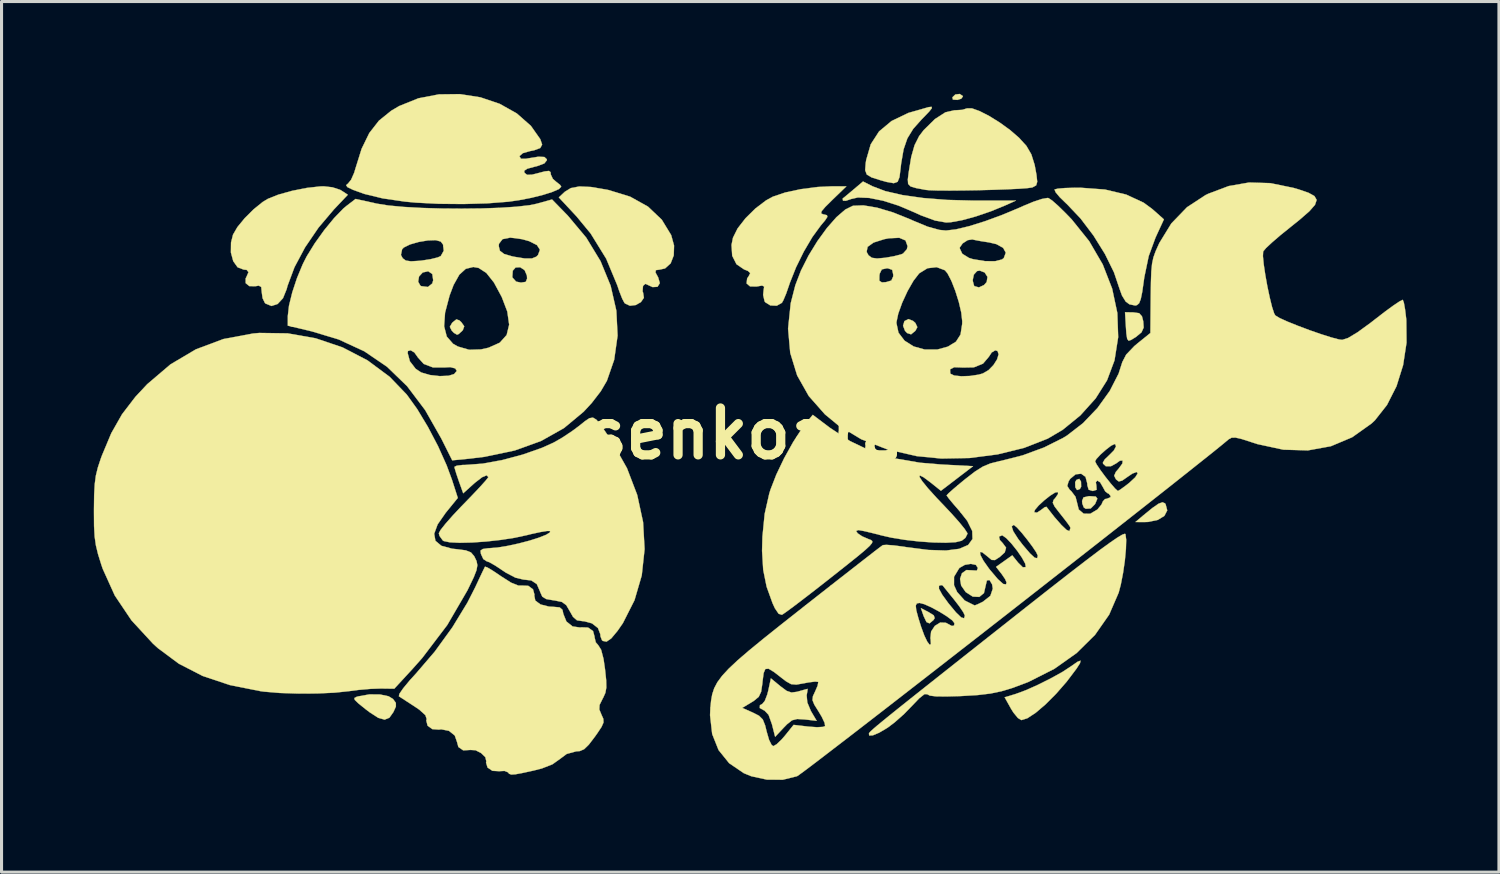
<source format=kicad_pcb>
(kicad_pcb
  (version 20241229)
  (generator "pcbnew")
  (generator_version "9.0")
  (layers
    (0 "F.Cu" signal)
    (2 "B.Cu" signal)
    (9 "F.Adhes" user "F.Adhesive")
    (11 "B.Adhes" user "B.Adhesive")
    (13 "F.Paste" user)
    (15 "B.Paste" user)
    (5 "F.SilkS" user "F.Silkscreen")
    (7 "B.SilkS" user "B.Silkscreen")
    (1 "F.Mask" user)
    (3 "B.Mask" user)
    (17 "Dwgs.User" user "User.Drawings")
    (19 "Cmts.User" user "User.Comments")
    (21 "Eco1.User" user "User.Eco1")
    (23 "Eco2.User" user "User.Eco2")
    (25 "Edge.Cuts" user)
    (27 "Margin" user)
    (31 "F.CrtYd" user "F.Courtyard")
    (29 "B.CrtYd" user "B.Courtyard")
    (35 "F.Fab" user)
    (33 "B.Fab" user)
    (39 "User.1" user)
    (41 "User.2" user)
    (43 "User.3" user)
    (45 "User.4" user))
  (footprint "senkoara"
    (layer "F.Cu")
    (at 21.208 11.049)
    (property "Reference" "senkoara" (at 0 0 0) (layer "F.SilkS") (effects (font (size 1.524 1.524) (thickness 0.3))))
    (attr through_hole)
    (fp_poly (pts (xy 5.937 5.805) (xy 6.102 5.909) (xy 6.13 5.998) (xy 6.092 6.059) (xy 5.963 6.168) (xy 5.864 6.126) (xy 5.77 5.927) (xy 5.682 5.673) (xy 5.937 5.805)) (stroke (width 0.01) (type solid)) (fill yes) (layer "F.SilkS"))
    (fp_poly (pts (xy 7.043 -10.979) (xy 7.048 -10.964) (xy 6.994 -10.89) (xy 6.87 -10.851) (xy 6.722 -10.861) (xy 6.707 -10.936) (xy 6.802 -11.027) (xy 6.944 -11.044) (xy 7.043 -10.979)) (stroke (width 0.01) (type solid)) (fill yes) (layer "F.SilkS"))
    (fp_poly (pts (xy 10.888 1.558) (xy 10.892 1.727) (xy 10.851 1.798) (xy 10.759 1.833) (xy 10.702 1.744) (xy 10.698 1.575) (xy 10.739 1.504) (xy 10.831 1.469) (xy 10.888 1.558)) (stroke (width 0.01) (type solid)) (fill yes) (layer "F.SilkS"))
    (fp_poly (pts (xy 5.429 -3.665) (xy 5.503 -3.598) (xy 5.566 -3.463) (xy 5.503 -3.344) (xy 5.363 -3.229) (xy 5.234 -3.271) (xy 5.166 -3.343) (xy 5.102 -3.509) (xy 5.147 -3.66) (xy 5.279 -3.725) (xy 5.429 -3.665)) (stroke (width 0.01) (type solid)) (fill yes) (layer "F.SilkS"))
    (fp_poly (pts (xy 11.369 2.045) (xy 11.419 2.113) (xy 11.352 2.274) (xy 11.342 2.292) (xy 11.204 2.432) (xy 11.042 2.442) (xy 10.978 2.399) (xy 10.93 2.274) (xy 10.922 2.187) (xy 10.969 2.072) (xy 11.136 2.033) (xy 11.176 2.032) (xy 11.369 2.045)) (stroke (width 0.01) (type solid)) (fill yes) (layer "F.SilkS"))
    (fp_poly (pts (xy 13.617 2.264) (xy 13.638 2.293) (xy 13.691 2.495) (xy 13.599 2.672) (xy 13.385 2.804) (xy 13.073 2.87) (xy 12.954 2.874) (xy 12.658 2.873) (xy 12.912 2.658) (xy 13.209 2.416) (xy 13.409 2.277) (xy 13.536 2.231) (xy 13.617 2.264)) (stroke (width 0.01) (type solid)) (fill yes) (layer "F.SilkS"))
    (fp_poly (pts (xy -9.322 -3.682) (xy -9.257 -3.621) (xy -9.165 -3.49) (xy -9.208 -3.371) (xy -9.225 -3.349) (xy -9.343 -3.24) (xy -9.398 -3.217) (xy -9.499 -3.275) (xy -9.571 -3.349) (xy -9.633 -3.473) (xy -9.562 -3.597) (xy -9.539 -3.621) (xy -9.42 -3.716) (xy -9.322 -3.682)) (stroke (width 0.01) (type solid)) (fill yes) (layer "F.SilkS"))
    (fp_poly (pts (xy 12.588 -3.943) (xy 12.778 -3.917) (xy 12.87 -3.814) (xy 12.911 -3.654) (xy 12.925 -3.45) (xy 12.855 -3.294) (xy 12.672 -3.143) (xy 12.517 -3.048) (xy 12.437 -3.021) (xy 12.389 -3.081) (xy 12.362 -3.257) (xy 12.348 -3.457) (xy 12.319 -3.948) (xy 12.588 -3.943)) (stroke (width 0.01) (type solid)) (fill yes) (layer "F.SilkS"))
    (fp_poly (pts (xy -11.906 8.479) (xy -11.623 8.539) (xy -11.479 8.628) (xy -11.388 8.753) (xy -11.387 8.872) (xy -11.468 9.052) (xy -11.597 9.234) (xy -11.752 9.298) (xy -11.959 9.24) (xy -12.241 9.058) (xy -12.374 8.957) (xy -12.608 8.768) (xy -12.724 8.656) (xy -12.737 8.595) (xy -12.663 8.556) (xy -12.614 8.542) (xy -12.254 8.478) (xy -11.906 8.479)) (stroke (width 0.01) (type solid)) (fill yes) (layer "F.SilkS"))
    (fp_poly (pts (xy 10.855 7.463) (xy 10.741 7.641) (xy 10.423 8.062) (xy 10.079 8.456) (xy 9.735 8.801) (xy 9.415 9.074) (xy 9.143 9.253) (xy 8.949 9.313) (xy 8.836 9.245) (xy 8.692 9.07) (xy 8.612 8.942) (xy 8.405 8.571) (xy 8.753 8.467) (xy 9.079 8.347) (xy 9.482 8.168) (xy 9.902 7.958) (xy 10.281 7.748) (xy 10.557 7.568) (xy 10.775 7.416) (xy 10.873 7.38) (xy 10.855 7.463)) (stroke (width 0.01) (type solid)) (fill yes) (layer "F.SilkS"))
    (fp_poly (pts (xy 6.039 -10.584) (xy 5.95 -10.47) (xy 5.75 -10.262) (xy 5.709 -10.221) (xy 5.431 -9.909) (xy 5.242 -9.6) (xy 5.119 -9.242) (xy 5.04 -8.783) (xy 5.021 -8.615) (xy 4.986 -8.338) (xy 4.925 -8.188) (xy 4.8 -8.143) (xy 4.576 -8.182) (xy 4.36 -8.242) (xy 4.075 -8.333) (xy 3.922 -8.426) (xy 3.87 -8.567) (xy 3.888 -8.8) (xy 3.904 -8.9) (xy 4.051 -9.407) (xy 4.322 -9.826) (xy 4.727 -10.164) (xy 5.273 -10.427) (xy 5.933 -10.616) (xy 6.03 -10.626) (xy 6.039 -10.584)) (stroke (width 0.01) (type solid)) (fill yes) (layer "F.SilkS"))
    (fp_poly (pts (xy 4.106 -8.044) (xy 4.519 -7.887) (xy 5.076 -7.758) (xy 5.752 -7.662) (xy 6.523 -7.6) (xy 7.366 -7.578) (xy 7.413 -7.578) (xy 8.772 -7.578) (xy 8.429 -7.423) (xy 7.956 -7.229) (xy 7.473 -7.064) (xy 7.024 -6.941) (xy 6.656 -6.874) (xy 6.504 -6.865) (xy 6.144 -6.928) (xy 5.675 -7.101) (xy 5.461 -7.199) (xy 4.949 -7.416) (xy 4.451 -7.574) (xy 4.002 -7.664) (xy 3.635 -7.679) (xy 3.418 -7.63) (xy 3.244 -7.571) (xy 3.15 -7.574) (xy 3.138 -7.643) (xy 3.14 -7.645) (xy 3.22 -7.709) (xy 3.383 -7.846) (xy 3.488 -7.934) (xy 3.801 -8.199) (xy 4.106 -8.044)) (stroke (width 0.01) (type solid)) (fill yes) (layer "F.SilkS"))
    (fp_poly (pts (xy 1.111 8.209) (xy 1.317 8.362) (xy 1.474 8.416) (xy 1.653 8.393) (xy 1.703 8.379) (xy 1.895 8.325) (xy 1.995 8.298) (xy 1.999 8.297) (xy 1.992 8.369) (xy 1.968 8.507) (xy 1.989 8.739) (xy 2.105 9.016) (xy 2.111 9.027) (xy 2.294 9.336) (xy 1.905 9.292) (xy 1.659 9.277) (xy 1.492 9.319) (xy 1.329 9.449) (xy 1.229 9.552) (xy 0.943 9.856) (xy 0.839 9.446) (xy 0.729 9.141) (xy 0.596 9.001) (xy 0.58 8.996) (xy 0.443 8.92) (xy 0.449 8.829) (xy 0.529 8.784) (xy 0.608 8.687) (xy 0.687 8.481) (xy 0.72 8.353) (xy 0.805 7.956) (xy 1.111 8.209)) (stroke (width 0.01) (type solid)) (fill yes) (layer "F.SilkS"))
    (fp_poly (pts (xy 11.666 -7.937) (xy 12.357 -7.773) (xy 12.927 -7.508) (xy 13.214 -7.295) (xy 13.583 -6.967) (xy 13.31 -6.375) (xy 13.089 -5.774) (xy 12.945 -5.082) (xy 12.932 -4.987) (xy 12.879 -4.612) (xy 12.83 -4.373) (xy 12.777 -4.24) (xy 12.708 -4.18) (xy 12.653 -4.166) (xy 12.463 -4.205) (xy 12.342 -4.293) (xy 12.221 -4.489) (xy 12.144 -4.699) (xy 11.96 -5.244) (xy 11.667 -5.84) (xy 11.294 -6.44) (xy 10.872 -6.997) (xy 10.43 -7.463) (xy 10.406 -7.484) (xy 10.197 -7.687) (xy 10.062 -7.849) (xy 10.027 -7.937) (xy 10.029 -7.94) (xy 10.135 -7.966) (xy 10.37 -7.986) (xy 10.691 -7.995) (xy 10.866 -7.996) (xy 11.666 -7.937)) (stroke (width 0.01) (type solid)) (fill yes) (layer "F.SilkS"))
    (fp_poly (pts (xy 7.591 -10.487) (xy 7.904 -10.327) (xy 8.245 -10.115) (xy 8.582 -9.871) (xy 8.868 -9.624) (xy 9.112 -9.357) (xy 9.273 -9.08) (xy 9.381 -8.736) (xy 9.44 -8.414) (xy 9.464 -8.189) (xy 9.43 -8.073) (xy 9.32 -8.012) (xy 9.298 -8.004) (xy 9.15 -7.983) (xy 8.867 -7.962) (xy 8.483 -7.944) (xy 8.031 -7.928) (xy 7.547 -7.915) (xy 7.064 -7.907) (xy 6.616 -7.903) (xy 6.237 -7.905) (xy 5.961 -7.914) (xy 5.842 -7.925) (xy 5.527 -7.984) (xy 5.346 -8.038) (xy 5.267 -8.12) (xy 5.257 -8.263) (xy 5.285 -8.492) (xy 5.368 -8.998) (xy 5.476 -9.378) (xy 5.625 -9.674) (xy 5.771 -9.866) (xy 6.139 -10.228) (xy 6.478 -10.447) (xy 6.775 -10.515) (xy 6.792 -10.514) (xy 7.026 -10.528) (xy 7.185 -10.577) (xy 7.34 -10.577) (xy 7.591 -10.487)) (stroke (width 0.01) (type solid)) (fill yes) (layer "F.SilkS"))
    (fp_poly (pts (xy -5.045 -8.02) (xy -4.539 -7.934) (xy -4.475 -7.921) (xy -3.771 -7.705) (xy -3.191 -7.382) (xy -2.742 -6.956) (xy -2.437 -6.456) (xy -2.343 -6.115) (xy -2.353 -5.796) (xy -2.454 -5.536) (xy -2.636 -5.372) (xy -2.807 -5.334) (xy -2.935 -5.316) (xy -2.946 -5.238) (xy -2.86 -5.081) (xy -2.806 -4.894) (xy -2.88 -4.775) (xy -3.041 -4.765) (xy -3.137 -4.809) (xy -3.274 -4.871) (xy -3.343 -4.814) (xy -3.354 -4.79) (xy -3.366 -4.628) (xy -3.348 -4.578) (xy -3.324 -4.417) (xy -3.421 -4.277) (xy -3.588 -4.182) (xy -3.778 -4.159) (xy -3.939 -4.234) (xy -3.958 -4.255) (xy -4.029 -4.39) (xy -4.123 -4.628) (xy -4.19 -4.826) (xy -4.55 -5.69) (xy -5.054 -6.506) (xy -5.514 -7.064) (xy -6.09 -7.681) (xy -5.897 -7.862) (xy -5.699 -7.984) (xy -5.423 -8.037) (xy -5.045 -8.02)) (stroke (width 0.01) (type solid)) (fill yes) (layer "F.SilkS"))
    (fp_poly (pts (xy -13.451 -8.01) (xy -13.204 -7.93) (xy -13.16 -7.905) (xy -12.95 -7.767) (xy -13.401 -7.291) (xy -13.904 -6.697) (xy -14.34 -6.057) (xy -14.684 -5.412) (xy -14.911 -4.804) (xy -14.938 -4.699) (xy -15.057 -4.405) (xy -15.232 -4.216) (xy -15.431 -4.151) (xy -15.624 -4.23) (xy -15.646 -4.25) (xy -15.721 -4.405) (xy -15.748 -4.598) (xy -15.765 -4.769) (xy -15.846 -4.812) (xy -15.95 -4.794) (xy -16.151 -4.797) (xy -16.271 -4.894) (xy -16.272 -5.047) (xy -16.252 -5.083) (xy -16.179 -5.249) (xy -16.238 -5.324) (xy -16.336 -5.334) (xy -16.533 -5.409) (xy -16.675 -5.608) (xy -16.751 -5.89) (xy -16.747 -6.214) (xy -16.682 -6.471) (xy -16.539 -6.717) (xy -16.3 -7.008) (xy -16.011 -7.295) (xy -15.718 -7.532) (xy -15.552 -7.633) (xy -15.207 -7.771) (xy -14.761 -7.895) (xy -14.286 -7.989) (xy -13.852 -8.038) (xy -13.734 -8.042) (xy -13.451 -8.01)) (stroke (width 0.01) (type solid)) (fill yes) (layer "F.SilkS"))
    (fp_poly (pts (xy 3.26 -8.041) (xy 2.801 -7.598) (xy 2.573 -7.372) (xy 2.457 -7.236) (xy 2.437 -7.164) (xy 2.5 -7.132) (xy 2.527 -7.127) (xy 2.627 -7.103) (xy 2.642 -7.049) (xy 2.564 -6.93) (xy 2.421 -6.76) (xy 2.153 -6.392) (xy 1.875 -5.92) (xy 1.621 -5.404) (xy 1.422 -4.904) (xy 1.396 -4.826) (xy 1.301 -4.552) (xy 1.211 -4.338) (xy 1.164 -4.255) (xy 0.997 -4.16) (xy 0.787 -4.169) (xy 0.621 -4.273) (xy 0.6 -4.304) (xy 0.553 -4.51) (xy 0.567 -4.652) (xy 0.586 -4.781) (xy 0.52 -4.815) (xy 0.351 -4.786) (xy 0.129 -4.787) (xy 0.015 -4.884) (xy 0.033 -5.046) (xy 0.086 -5.124) (xy 0.133 -5.22) (xy 0.057 -5.291) (xy -0.069 -5.341) (xy -0.314 -5.509) (xy -0.453 -5.784) (xy -0.475 -6.136) (xy -0.427 -6.371) (xy -0.278 -6.671) (xy -0.021 -7.002) (xy 0.302 -7.321) (xy 0.647 -7.583) (xy 0.87 -7.705) (xy 1.272 -7.841) (xy 1.78 -7.949) (xy 2.327 -8.02) (xy 2.794 -8.042) (xy 3.26 -8.041)) (stroke (width 0.01) (type solid)) (fill yes) (layer "F.SilkS"))
    (fp_poly (pts (xy 12.333 3.266) (xy 12.357 3.45) (xy 12.348 3.753) (xy 12.313 4.128) (xy 12.255 4.528) (xy 12.182 4.906) (xy 12.112 5.17) (xy 11.803 5.884) (xy 11.343 6.542) (xy 10.744 7.134) (xy 10.019 7.647) (xy 9.18 8.071) (xy 8.678 8.261) (xy 8.305 8.374) (xy 7.941 8.45) (xy 7.528 8.499) (xy 7.007 8.53) (xy 6.976 8.532) (xy 6.499 8.545) (xy 6.171 8.541) (xy 5.974 8.517) (xy 5.888 8.472) (xy 5.887 8.471) (xy 5.8 8.468) (xy 5.627 8.605) (xy 5.41 8.832) (xy 5.136 9.114) (xy 4.833 9.383) (xy 4.601 9.559) (xy 4.324 9.723) (xy 4.116 9.81) (xy 4.001 9.812) (xy 3.993 9.744) (xy 4.011 9.718) (xy 4.055 9.671) (xy 4.135 9.599) (xy 4.258 9.493) (xy 4.434 9.348) (xy 4.671 9.155) (xy 4.977 8.909) (xy 5.363 8.601) (xy 5.835 8.226) (xy 6.403 7.776) (xy 7.075 7.244) (xy 7.861 6.623) (xy 8.768 5.907) (xy 9.083 5.658) (xy 9.861 5.046) (xy 10.516 4.535) (xy 11.056 4.119) (xy 11.489 3.791) (xy 11.823 3.548) (xy 12.067 3.381) (xy 12.228 3.285) (xy 12.314 3.255) (xy 12.333 3.266)) (stroke (width 0.01) (type solid)) (fill yes) (layer "F.SilkS"))
    (fp_poly (pts (xy -8.639 -10.935) (xy -8.013 -10.724) (xy -7.457 -10.412) (xy -6.998 -10.008) (xy -6.692 -9.573) (xy -6.632 -9.399) (xy -6.693 -9.287) (xy -6.895 -9.212) (xy -7.028 -9.186) (xy -7.259 -9.12) (xy -7.363 -9.029) (xy -7.366 -9.012) (xy -7.32 -8.937) (xy -7.16 -8.937) (xy -7.091 -8.95) (xy -6.756 -9.004) (xy -6.559 -8.995) (xy -6.481 -8.923) (xy -6.477 -8.891) (xy -6.56 -8.786) (xy -6.801 -8.696) (xy -6.876 -8.679) (xy -7.119 -8.613) (xy -7.216 -8.545) (xy -7.205 -8.481) (xy -7.121 -8.415) (xy -6.96 -8.421) (xy -6.806 -8.459) (xy -6.547 -8.527) (xy -6.411 -8.542) (xy -6.358 -8.503) (xy -6.35 -8.425) (xy -6.285 -8.285) (xy -6.181 -8.193) (xy -6.049 -8.089) (xy -6.011 -8.029) (xy -6.089 -7.951) (xy -6.3 -7.859) (xy -6.61 -7.761) (xy -6.984 -7.668) (xy -7.388 -7.59) (xy -7.73 -7.541) (xy -8.415 -7.488) (xy -9.194 -7.466) (xy -9.993 -7.473) (xy -10.739 -7.511) (xy -11.091 -7.544) (xy -11.817 -7.65) (xy -12.41 -7.794) (xy -12.778 -7.926) (xy -12.962 -8.015) (xy -13.005 -8.079) (xy -12.944 -8.131) (xy -12.844 -8.254) (xy -12.744 -8.48) (xy -12.704 -8.613) (xy -12.501 -9.262) (xy -12.252 -9.773) (xy -11.938 -10.176) (xy -11.537 -10.5) (xy -11.282 -10.65) (xy -10.655 -10.903) (xy -9.987 -11.031) (xy -9.306 -11.039) (xy -8.639 -10.935)) (stroke (width 0.01) (type solid)) (fill yes) (layer "F.SilkS"))
    (fp_poly (pts (xy 2.713 -0.199) (xy 3.374 0.239) (xy 4.061 0.569) (xy 4.809 0.8) (xy 5.654 0.945) (xy 6.334 1.002) (xy 7.377 1.058) (xy 6.855 1.458) (xy 6.333 1.857) (xy 6.003 1.592) (xy 5.77 1.418) (xy 5.649 1.358) (xy 5.635 1.403) (xy 5.725 1.546) (xy 5.913 1.777) (xy 6.195 2.088) (xy 6.379 2.281) (xy 6.676 2.596) (xy 6.926 2.877) (xy 7.105 3.098) (xy 7.192 3.233) (xy 7.197 3.252) (xy 7.129 3.387) (xy 7.011 3.48) (xy 6.817 3.528) (xy 6.496 3.546) (xy 6.086 3.538) (xy 5.627 3.506) (xy 5.158 3.452) (xy 4.717 3.38) (xy 4.403 3.308) (xy 4.083 3.226) (xy 3.818 3.164) (xy 3.658 3.136) (xy 3.645 3.135) (xy 3.575 3.165) (xy 3.628 3.241) (xy 3.772 3.338) (xy 3.978 3.428) (xy 3.983 3.429) (xy 4.061 3.459) (xy 4.103 3.495) (xy 4.095 3.552) (xy 4.023 3.642) (xy 3.875 3.78) (xy 3.636 3.98) (xy 3.293 4.255) (xy 2.833 4.619) (xy 2.758 4.678) (xy 2.324 5.019) (xy 1.928 5.325) (xy 1.594 5.58) (xy 1.341 5.768) (xy 1.191 5.873) (xy 1.162 5.889) (xy 1.057 5.856) (xy 0.934 5.675) (xy 0.86 5.514) (xy 0.666 4.976) (xy 0.555 4.426) (xy 0.518 3.811) (xy 0.53 3.35) (xy 0.603 2.608) (xy 0.752 1.949) (xy 0.792 1.82) (xy 0.98 1.335) (xy 1.236 0.799) (xy 1.529 0.273) (xy 1.825 -0.183) (xy 1.967 -0.369) (xy 2.167 -0.612) (xy 2.713 -0.199)) (stroke (width 0.01) (type solid)) (fill yes) (layer "F.SilkS"))
    (fp_poly (pts (xy -14.907 -3.261) (xy -13.995 -3.1) (xy -13.12 -2.804) (xy -12.308 -2.382) (xy -11.587 -1.846) (xy -11.033 -1.27) (xy -10.695 -0.8) (xy -10.347 -0.222) (xy -10.017 0.406) (xy -9.737 1.03) (xy -9.565 1.495) (xy -9.374 2.089) (xy -9.767 2.572) (xy -10.03 2.95) (xy -10.142 3.254) (xy -10.101 3.485) (xy -9.908 3.646) (xy -9.561 3.74) (xy -9.401 3.757) (xy -9.115 3.794) (xy -8.946 3.862) (xy -8.841 3.984) (xy -8.837 3.992) (xy -8.765 4.14) (xy -8.738 4.276) (xy -8.766 4.439) (xy -8.854 4.665) (xy -9.012 4.994) (xy -9.062 5.096) (xy -9.717 6.222) (xy -10.533 7.296) (xy -10.84 7.642) (xy -11.439 8.292) (xy -11.879 8.286) (xy -12.203 8.297) (xy -12.597 8.331) (xy -12.912 8.372) (xy -13.377 8.421) (xy -13.948 8.447) (xy -14.563 8.45) (xy -15.158 8.431) (xy -15.671 8.388) (xy -15.783 8.373) (xy -16.791 8.172) (xy -17.671 7.877) (xy -18.444 7.479) (xy -19.128 6.97) (xy -19.284 6.828) (xy -19.984 6.069) (xy -20.526 5.262) (xy -20.918 4.395) (xy -20.963 4.263) (xy -21.07 3.92) (xy -21.14 3.632) (xy -21.181 3.345) (xy -21.2 3.005) (xy -21.203 2.56) (xy -21.203 2.455) (xy -21.197 1.989) (xy -21.178 1.642) (xy -21.141 1.363) (xy -21.077 1.101) (xy -20.98 0.808) (xy -20.942 0.706) (xy -20.639 -0.017) (xy -20.29 -0.631) (xy -19.857 -1.196) (xy -19.472 -1.608) (xy -18.716 -2.252) (xy -17.89 -2.741) (xy -16.995 -3.076) (xy -16.031 -3.256) (xy -15.828 -3.274) (xy -14.907 -3.261)) (stroke (width 0.01) (type solid)) (fill yes) (layer "F.SilkS"))
    (fp_poly (pts (xy -8.413 4.35) (xy -8.237 4.455) (xy -7.997 4.616) (xy -7.968 4.636) (xy -7.64 4.845) (xy -7.407 4.938) (xy -7.292 4.938) (xy -7.083 4.947) (xy -6.929 5.061) (xy -6.881 5.235) (xy -6.887 5.266) (xy -6.854 5.428) (xy -6.684 5.553) (xy -6.412 5.622) (xy -6.265 5.63) (xy -6.062 5.648) (xy -5.971 5.727) (xy -5.942 5.862) (xy -5.843 6.107) (xy -5.644 6.267) (xy -5.396 6.303) (xy -5.36 6.296) (xy -5.139 6.304) (xy -4.977 6.418) (xy -4.927 6.601) (xy -4.929 6.613) (xy -4.888 6.785) (xy -4.81 6.875) (xy -4.714 7.026) (xy -4.636 7.324) (xy -4.587 7.662) (xy -4.55 8.016) (xy -4.545 8.254) (xy -4.576 8.427) (xy -4.647 8.585) (xy -4.666 8.619) (xy -4.765 8.82) (xy -4.773 8.968) (xy -4.702 9.139) (xy -4.642 9.273) (xy -4.637 9.39) (xy -4.701 9.535) (xy -4.847 9.754) (xy -4.918 9.854) (xy -5.116 10.113) (xy -5.265 10.258) (xy -5.407 10.32) (xy -5.525 10.329) (xy -5.834 10.413) (xy -6.05 10.574) (xy -6.297 10.75) (xy -6.642 10.885) (xy -6.917 10.955) (xy -7.275 11.033) (xy -7.503 11.075) (xy -7.635 11.083) (xy -7.705 11.058) (xy -7.745 11.009) (xy -7.856 10.965) (xy -8.03 10.974) (xy -8.249 10.962) (xy -8.407 10.855) (xy -8.456 10.693) (xy -8.447 10.651) (xy -8.479 10.518) (xy -8.616 10.385) (xy -8.798 10.292) (xy -8.962 10.283) (xy -9.197 10.297) (xy -9.355 10.188) (xy -9.398 10.029) (xy -9.473 9.813) (xy -9.662 9.662) (xy -9.913 9.612) (xy -9.987 9.622) (xy -10.203 9.606) (xy -10.356 9.495) (xy -10.399 9.327) (xy -10.386 9.278) (xy -10.428 9.152) (xy -10.626 8.974) (xy -10.771 8.875) (xy -11.016 8.716) (xy -11.208 8.591) (xy -11.29 8.537) (xy -11.271 8.456) (xy -11.15 8.28) (xy -10.947 8.033) (xy -10.728 7.792) (xy -10.12 7.082) (xy -9.551 6.297) (xy -9.063 5.496) (xy -8.807 4.994) (xy -8.669 4.698) (xy -8.559 4.466) (xy -8.496 4.337) (xy -8.488 4.324) (xy -8.413 4.35)) (stroke (width 0.01) (type solid)) (fill yes) (layer "F.SilkS"))
    (fp_poly (pts (xy -4.867 -0.454) (xy -4.727 -0.284) (xy -4.533 0.001) (xy -4.347 0.283) (xy -3.874 1.122) (xy -3.541 1.992) (xy -3.35 2.876) (xy -3.301 3.754) (xy -3.393 4.607) (xy -3.629 5.415) (xy -4.007 6.161) (xy -4.18 6.411) (xy -4.385 6.657) (xy -4.538 6.762) (xy -4.659 6.739) (xy -4.685 6.717) (xy -4.735 6.591) (xy -4.741 6.518) (xy -4.817 6.321) (xy -5.011 6.168) (xy -5.272 6.097) (xy -5.313 6.096) (xy -5.499 6.069) (xy -5.628 5.957) (xy -5.729 5.779) (xy -5.849 5.574) (xy -5.992 5.471) (xy -6.225 5.423) (xy -6.26 5.419) (xy -6.501 5.377) (xy -6.627 5.3) (xy -6.694 5.152) (xy -6.701 5.13) (xy -6.805 4.891) (xy -6.985 4.772) (xy -7.245 4.743) (xy -7.5 4.682) (xy -7.816 4.516) (xy -7.922 4.445) (xy -8.16 4.287) (xy -8.35 4.179) (xy -8.436 4.149) (xy -8.545 4.077) (xy -8.622 3.91) (xy -8.636 3.803) (xy -8.562 3.75) (xy -8.382 3.724) (xy -8.361 3.724) (xy -8.086 3.703) (xy -7.752 3.648) (xy -7.393 3.57) (xy -7.042 3.478) (xy -6.733 3.38) (xy -6.5 3.287) (xy -6.376 3.208) (xy -6.373 3.166) (xy -6.471 3.164) (xy -6.693 3.2) (xy -6.996 3.266) (xy -7.127 3.299) (xy -7.526 3.385) (xy -7.979 3.455) (xy -8.451 3.507) (xy -8.908 3.539) (xy -9.313 3.548) (xy -9.633 3.533) (xy -9.831 3.491) (xy -9.861 3.473) (xy -9.97 3.323) (xy -9.991 3.237) (xy -9.934 3.132) (xy -9.779 2.935) (xy -9.547 2.671) (xy -9.261 2.366) (xy -9.186 2.29) (xy -8.892 1.986) (xy -8.646 1.725) (xy -8.47 1.529) (xy -8.386 1.423) (xy -8.382 1.413) (xy -8.435 1.354) (xy -8.585 1.417) (xy -8.819 1.598) (xy -8.874 1.647) (xy -9.198 1.939) (xy -9.341 1.541) (xy -9.423 1.299) (xy -9.475 1.125) (xy -9.483 1.079) (xy -9.407 1.041) (xy -9.217 1.018) (xy -9.117 1.016) (xy -8.562 0.974) (xy -7.924 0.857) (xy -7.262 0.68) (xy -6.636 0.46) (xy -6.26 0.291) (xy -5.979 0.13) (xy -5.652 -0.088) (xy -5.428 -0.254) (xy -5.234 -0.41) (xy -5.094 -0.503) (xy -4.98 -0.522) (xy -4.867 -0.454)) (stroke (width 0.01) (type solid)) (fill yes) (layer "F.SilkS"))
    (fp_poly (pts (xy -12 -7.477) (xy -11.628 -7.418) (xy -11.134 -7.372) (xy -10.551 -7.339) (xy -9.912 -7.32) (xy -9.25 -7.315) (xy -8.599 -7.322) (xy -7.992 -7.344) (xy -7.462 -7.379) (xy -7.042 -7.427) (xy -6.817 -7.473) (xy -6.31 -7.614) (xy -5.797 -7.088) (xy -5.199 -6.374) (xy -4.733 -5.608) (xy -4.405 -4.809) (xy -4.219 -3.996) (xy -4.179 -3.187) (xy -4.29 -2.401) (xy -4.527 -1.718) (xy -4.727 -1.377) (xy -5.022 -0.995) (xy -5.282 -0.714) (xy -5.921 -0.182) (xy -6.665 0.237) (xy -7.524 0.547) (xy -8.507 0.753) (xy -8.989 0.812) (xy -9.555 0.867) (xy -9.91 0.159) (xy -10.436 -0.767) (xy -11.02 -1.541) (xy -11.674 -2.174) (xy -12.343 -2.63) (xy -11.007 -2.63) (xy -10.932 -2.352) (xy -10.742 -2.106) (xy -10.563 -1.989) (xy -10.282 -1.907) (xy -9.962 -1.871) (xy -9.672 -1.883) (xy -9.493 -1.939) (xy -9.406 -2.041) (xy -9.459 -2.122) (xy -9.621 -2.163) (xy -9.805 -2.152) (xy -10.178 -2.152) (xy -10.48 -2.266) (xy -10.675 -2.481) (xy -10.683 -2.496) (xy -10.787 -2.64) (xy -10.907 -2.711) (xy -10.993 -2.687) (xy -11.007 -2.63) (xy -12.343 -2.63) (xy -12.412 -2.677) (xy -13.248 -3.063) (xy -14.118 -3.325) (xy -14.818 -3.492) (xy -9.819 -3.492) (xy -9.733 -3.157) (xy -9.527 -2.921) (xy -9.37 -2.833) (xy -9.005 -2.727) (xy -8.621 -2.739) (xy -8.376 -2.794) (xy -8.009 -2.958) (xy -7.786 -3.207) (xy -7.704 -3.544) (xy -7.765 -3.971) (xy -7.945 -4.443) (xy -8.199 -4.914) (xy -8.332 -5.082) (xy -7.602 -5.082) (xy -7.478 -4.943) (xy -7.321 -4.911) (xy -7.164 -4.935) (xy -7.121 -5.042) (xy -7.128 -5.144) (xy -7.203 -5.317) (xy -7.345 -5.41) (xy -7.494 -5.403) (xy -7.587 -5.298) (xy -7.602 -5.082) (xy -8.332 -5.082) (xy -8.447 -5.226) (xy -8.699 -5.389) (xy -8.871 -5.419) (xy -9.115 -5.359) (xy -9.324 -5.169) (xy -9.511 -4.835) (xy -9.641 -4.492) (xy -9.788 -3.934) (xy -9.819 -3.492) (xy -14.818 -3.492) (xy -14.901 -3.511) (xy -14.901 -3.821) (xy -14.862 -4.161) (xy -14.756 -4.593) (xy -14.641 -4.941) (xy -10.663 -4.941) (xy -10.59 -4.811) (xy -10.562 -4.796) (xy -10.345 -4.769) (xy -10.205 -4.882) (xy -10.174 -4.987) (xy -10.203 -5.189) (xy -10.336 -5.28) (xy -10.515 -5.24) (xy -10.635 -5.109) (xy -10.663 -4.941) (xy -14.641 -4.941) (xy -14.601 -5.061) (xy -14.415 -5.51) (xy -14.29 -5.757) (xy -14.258 -5.809) (xy -11.223 -5.809) (xy -11.164 -5.701) (xy -11.064 -5.628) (xy -10.897 -5.603) (xy -10.618 -5.62) (xy -10.545 -5.628) (xy -10.254 -5.673) (xy -10.026 -5.73) (xy -9.928 -5.774) (xy -9.831 -5.947) (xy -9.848 -6.098) (xy -8.043 -6.098) (xy -8.005 -5.946) (xy -7.87 -5.842) (xy -7.603 -5.764) (xy -7.538 -5.751) (xy -7.192 -5.695) (xy -6.967 -5.695) (xy -6.823 -5.753) (xy -6.767 -5.807) (xy -6.703 -5.978) (xy -6.801 -6.131) (xy -7.055 -6.259) (xy -7.285 -6.323) (xy -7.671 -6.374) (xy -7.921 -6.323) (xy -8.036 -6.172) (xy -8.043 -6.098) (xy -9.848 -6.098) (xy -9.853 -6.147) (xy -9.927 -6.245) (xy -10.089 -6.291) (xy -10.349 -6.282) (xy -10.648 -6.232) (xy -10.927 -6.152) (xy -11.128 -6.053) (xy -11.185 -5.994) (xy -11.223 -5.809) (xy -14.258 -5.809) (xy -14.025 -6.187) (xy -13.715 -6.62) (xy -13.394 -7.011) (xy -13.098 -7.317) (xy -12.984 -7.412) (xy -12.697 -7.631) (xy -12 -7.477)) (stroke (width 0.01) (type solid)) (fill yes) (layer "F.SilkS"))
    (fp_poly (pts (xy 9.831 -7.659) (xy 9.95 -7.58) (xy 10.15 -7.403) (xy 10.4 -7.158) (xy 10.584 -6.967) (xy 11.153 -6.259) (xy 11.594 -5.502) (xy 11.9 -4.716) (xy 12.069 -3.921) (xy 12.096 -3.137) (xy 11.977 -2.383) (xy 11.734 -1.734) (xy 11.363 -1.145) (xy 10.867 -0.594) (xy 10.29 -0.124) (xy 9.806 0.161) (xy 9.04 0.461) (xy 8.175 0.674) (xy 7.26 0.792) (xy 6.344 0.809) (xy 5.544 0.73) (xy 4.584 0.51) (xy 3.743 0.182) (xy 3.006 -0.262) (xy 2.562 -0.628) (xy 2.036 -1.224) (xy 1.659 -1.893) (xy 1.598 -2.091) (xy 6.631 -2.091) (xy 6.637 -1.963) (xy 6.646 -1.947) (xy 6.766 -1.89) (xy 6.996 -1.866) (xy 7.279 -1.876) (xy 7.56 -1.919) (xy 7.695 -1.957) (xy 7.881 -2.065) (xy 8.042 -2.231) (xy 8.159 -2.415) (xy 8.209 -2.581) (xy 8.173 -2.688) (xy 8.099 -2.709) (xy 7.984 -2.64) (xy 7.889 -2.496) (xy 7.701 -2.276) (xy 7.404 -2.156) (xy 7.034 -2.149) (xy 7.011 -2.152) (xy 6.763 -2.159) (xy 6.631 -2.091) (xy 1.598 -2.091) (xy 1.434 -2.626) (xy 1.364 -3.412) (xy 1.383 -3.6) (xy 4.886 -3.6) (xy 4.953 -3.283) (xy 5.151 -3.023) (xy 5.448 -2.835) (xy 5.812 -2.734) (xy 6.209 -2.734) (xy 6.558 -2.829) (xy 6.822 -2.99) (xy 6.971 -3.223) (xy 7.024 -3.564) (xy 7.026 -3.656) (xy 6.995 -3.936) (xy 6.915 -4.28) (xy 6.802 -4.64) (xy 6.675 -4.966) (xy 6.667 -4.982) (xy 7.365 -4.982) (xy 7.409 -4.814) (xy 7.425 -4.795) (xy 7.568 -4.755) (xy 7.735 -4.832) (xy 7.821 -4.93) (xy 7.847 -5.097) (xy 7.756 -5.24) (xy 7.596 -5.301) (xy 7.508 -5.286) (xy 7.403 -5.169) (xy 7.365 -4.982) (xy 6.667 -4.982) (xy 6.547 -5.211) (xy 6.462 -5.313) (xy 6.194 -5.413) (xy 5.896 -5.378) (xy 5.628 -5.213) (xy 5.622 -5.206) (xy 5.439 -4.969) (xy 5.248 -4.635) (xy 5.075 -4.26) (xy 4.946 -3.903) (xy 4.887 -3.621) (xy 4.886 -3.6) (xy 1.383 -3.6) (xy 1.45 -4.241) (xy 1.6 -4.826) (xy 1.655 -4.969) (xy 4.331 -4.969) (xy 4.415 -4.918) (xy 4.545 -4.926) (xy 4.722 -4.978) (xy 4.781 -5.109) (xy 4.784 -5.165) (xy 4.749 -5.326) (xy 4.611 -5.375) (xy 4.572 -5.376) (xy 4.411 -5.34) (xy 4.342 -5.2) (xy 4.333 -5.137) (xy 4.331 -4.969) (xy 1.655 -4.969) (xy 1.783 -5.302) (xy 2.029 -5.789) (xy 2.104 -5.911) (xy 3.917 -5.911) (xy 3.978 -5.801) (xy 4.087 -5.718) (xy 4.257 -5.695) (xy 4.524 -5.719) (xy 4.803 -5.768) (xy 5.03 -5.826) (xy 5.101 -5.855) (xy 5.226 -5.995) (xy 5.233 -6.026) (xy 6.944 -6.026) (xy 7.027 -5.849) (xy 7.247 -5.713) (xy 7.376 -5.673) (xy 7.763 -5.609) (xy 8.09 -5.606) (xy 8.317 -5.663) (xy 8.378 -5.71) (xy 8.442 -5.884) (xy 8.356 -6.041) (xy 8.136 -6.162) (xy 7.898 -6.218) (xy 7.627 -6.26) (xy 7.412 -6.301) (xy 7.354 -6.315) (xy 7.202 -6.291) (xy 7.04 -6.186) (xy 6.947 -6.054) (xy 6.944 -6.026) (xy 5.233 -6.026) (xy 5.249 -6.096) (xy 5.182 -6.282) (xy 4.979 -6.368) (xy 4.641 -6.352) (xy 4.491 -6.323) (xy 4.144 -6.213) (xy 3.95 -6.074) (xy 3.917 -5.911) (xy 2.104 -5.911) (xy 2.318 -6.26) (xy 2.627 -6.686) (xy 2.937 -7.039) (xy 3.228 -7.289) (xy 3.473 -7.409) (xy 3.812 -7.422) (xy 4.258 -7.347) (xy 4.781 -7.191) (xy 5.348 -6.963) (xy 5.409 -6.934) (xy 5.9 -6.73) (xy 6.285 -6.624) (xy 6.497 -6.604) (xy 6.817 -6.641) (xy 7.253 -6.746) (xy 7.771 -6.908) (xy 8.336 -7.116) (xy 8.916 -7.359) (xy 9.009 -7.402) (xy 9.336 -7.538) (xy 9.613 -7.63) (xy 9.798 -7.663) (xy 9.831 -7.659)) (stroke (width 0.01) (type solid)) (fill yes) (layer "F.SilkS"))
    (fp_poly (pts (xy 17.041 -8.145) (xy 17.793 -7.991) (xy 17.971 -7.939) (xy 18.283 -7.832) (xy 18.478 -7.724) (xy 18.549 -7.599) (xy 18.495 -7.44) (xy 18.311 -7.23) (xy 17.993 -6.953) (xy 17.699 -6.717) (xy 17.374 -6.455) (xy 17.1 -6.219) (xy 16.903 -6.035) (xy 16.812 -5.927) (xy 16.81 -5.922) (xy 16.802 -5.773) (xy 16.828 -5.506) (xy 16.879 -5.164) (xy 16.946 -4.79) (xy 17.023 -4.428) (xy 17.099 -4.119) (xy 17.168 -3.908) (xy 17.205 -3.844) (xy 17.341 -3.761) (xy 17.598 -3.644) (xy 17.936 -3.508) (xy 18.313 -3.366) (xy 18.69 -3.235) (xy 19.024 -3.129) (xy 19.275 -3.063) (xy 19.379 -3.049) (xy 19.571 -3.111) (xy 19.879 -3.296) (xy 20.302 -3.604) (xy 20.447 -3.717) (xy 20.77 -3.966) (xy 21.045 -4.167) (xy 21.246 -4.301) (xy 21.346 -4.351) (xy 21.35 -4.35) (xy 21.385 -4.256) (xy 21.424 -4.037) (xy 21.46 -3.739) (xy 21.464 -3.699) (xy 21.471 -2.959) (xy 21.36 -2.229) (xy 21.145 -1.542) (xy 20.836 -0.933) (xy 20.445 -0.436) (xy 20.337 -0.334) (xy 19.705 0.116) (xy 19.013 0.408) (xy 18.264 0.544) (xy 17.466 0.521) (xy 16.622 0.339) (xy 16.44 0.28) (xy 16.118 0.176) (xy 15.913 0.128) (xy 15.784 0.131) (xy 15.691 0.181) (xy 15.678 0.192) (xy 15.497 0.343) (xy 15.201 0.583) (xy 14.801 0.902) (xy 14.309 1.293) (xy 13.735 1.748) (xy 13.089 2.257) (xy 12.384 2.812) (xy 11.629 3.405) (xy 10.835 4.027) (xy 10.013 4.67) (xy 9.175 5.326) (xy 8.33 5.986) (xy 7.49 6.641) (xy 6.665 7.283) (xy 5.867 7.904) (xy 5.105 8.496) (xy 4.392 9.049) (xy 3.738 9.555) (xy 3.153 10.006) (xy 2.648 10.393) (xy 2.235 10.709) (xy 1.924 10.944) (xy 1.725 11.09) (xy 1.653 11.138) (xy 1.195 11.251) (xy 0.679 11.249) (xy 0.168 11.138) (xy -0.076 11.038) (xy -0.552 10.714) (xy -0.896 10.287) (xy -1.104 9.765) (xy -1.173 9.154) (xy -1.163 8.916) (xy -0.127 8.916) (xy 0.219 9.069) (xy 0.422 9.173) (xy 0.542 9.294) (xy 0.619 9.487) (xy 0.669 9.691) (xy 0.745 9.953) (xy 0.829 10.121) (xy 0.881 10.16) (xy 0.991 10.099) (xy 1.156 9.941) (xy 1.266 9.814) (xy 1.544 9.468) (xy 2.032 9.525) (xy 2.303 9.544) (xy 2.5 9.533) (xy 2.568 9.507) (xy 2.551 9.4) (xy 2.458 9.204) (xy 2.36 9.04) (xy 2.217 8.811) (xy 2.157 8.663) (xy 2.172 8.536) (xy 2.244 8.381) (xy 2.325 8.193) (xy 2.345 8.078) (xy 2.341 8.07) (xy 2.24 8.061) (xy 2.032 8.087) (xy 1.89 8.114) (xy 1.633 8.159) (xy 1.462 8.144) (xy 1.3 8.053) (xy 1.197 7.974) (xy 0.911 7.752) (xy 0.73 7.642) (xy 0.625 7.651) (xy 0.569 7.784) (xy 0.535 8.048) (xy 0.528 8.124) (xy 0.488 8.391) (xy 0.41 8.556) (xy 0.254 8.685) (xy 0.18 8.731) (xy -0.127 8.916) (xy -1.163 8.916) (xy -1.162 8.915) (xy -1.139 8.68) (xy -1.102 8.472) (xy -1.038 8.277) (xy -0.936 8.083) (xy -0.783 7.876) (xy -0.568 7.643) (xy -0.279 7.371) (xy 0.096 7.048) (xy 0.57 6.66) (xy 1.154 6.194) (xy 1.841 5.652) (xy 1.921 5.589) (xy 5.515 5.589) (xy 5.531 5.739) (xy 5.601 5.999) (xy 5.689 6.28) (xy 5.794 6.565) (xy 5.891 6.766) (xy 5.967 6.864) (xy 6.007 6.843) (xy 5.998 6.687) (xy 5.991 6.649) (xy 6.014 6.433) (xy 6.135 6.25) (xy 6.31 6.141) (xy 6.494 6.148) (xy 6.522 6.163) (xy 6.69 6.253) (xy 6.762 6.237) (xy 6.772 6.16) (xy 6.702 6.07) (xy 6.523 5.937) (xy 6.282 5.787) (xy 6.023 5.647) (xy 5.793 5.544) (xy 5.637 5.503) (xy 5.636 5.503) (xy 5.55 5.52) (xy 5.515 5.589) (xy 1.921 5.589) (xy 2.409 5.206) (xy 2.616 5.044) (xy 6.27 5.044) (xy 6.378 5.24) (xy 6.573 5.509) (xy 6.823 5.811) (xy 6.992 5.974) (xy 7.086 6.002) (xy 7.112 5.917) (xy 7.062 5.808) (xy 6.93 5.613) (xy 6.756 5.388) (xy 6.573 5.163) (xy 6.438 4.996) (xy 6.383 4.926) (xy 6.759 4.926) (xy 6.859 5.147) (xy 7.107 5.425) (xy 7.416 5.579) (xy 7.434 5.583) (xy 7.518 5.552) (xy 7.688 5.47) (xy 7.699 5.464) (xy 7.94 5.274) (xy 8.02 5.039) (xy 7.997 4.899) (xy 7.912 4.758) (xy 7.828 4.773) (xy 7.789 4.935) (xy 7.789 4.936) (xy 7.732 5.184) (xy 7.581 5.308) (xy 7.369 5.298) (xy 7.139 5.15) (xy 6.991 4.938) (xy 6.955 4.72) (xy 7.017 4.538) (xy 7.163 4.434) (xy 7.362 4.444) (xy 7.501 4.452) (xy 7.535 4.366) (xy 7.468 4.266) (xy 7.306 4.233) (xy 7.111 4.265) (xy 6.943 4.361) (xy 6.923 4.381) (xy 6.76 4.652) (xy 6.759 4.926) (xy 6.383 4.926) (xy 6.381 4.923) (xy 6.305 4.931) (xy 6.27 4.95) (xy 6.27 5.044) (xy 2.616 5.044) (xy 2.937 4.792) (xy 3.41 4.423) (xy 3.811 4.11) (xy 4.127 3.865) (xy 4.147 3.849) (xy 7.603 3.849) (xy 7.618 3.948) (xy 7.716 4.132) (xy 7.892 4.382) (xy 7.928 4.428) (xy 8.184 4.73) (xy 8.359 4.887) (xy 8.451 4.9) (xy 8.467 4.837) (xy 8.419 4.726) (xy 8.303 4.556) (xy 8.296 4.548) (xy 8.126 4.331) (xy 8.39 4.143) (xy 8.653 3.956) (xy 8.843 4.193) (xy 8.996 4.345) (xy 9.089 4.338) (xy 9.093 4.333) (xy 9.073 4.224) (xy 8.969 4.034) (xy 8.812 3.806) (xy 8.633 3.581) (xy 8.464 3.402) (xy 8.338 3.311) (xy 8.319 3.307) (xy 8.221 3.348) (xy 8.249 3.459) (xy 8.34 3.556) (xy 8.452 3.707) (xy 8.409 3.86) (xy 8.246 4.009) (xy 8.089 4.11) (xy 7.982 4.105) (xy 7.84 3.987) (xy 7.834 3.982) (xy 7.673 3.854) (xy 7.603 3.849) (xy 4.147 3.849) (xy 4.342 3.699) (xy 4.442 3.626) (xy 4.445 3.624) (xy 4.563 3.615) (xy 4.802 3.633) (xy 5.116 3.674) (xy 5.207 3.689) (xy 5.922 3.781) (xy 6.498 3.799) (xy 6.931 3.744) (xy 7.219 3.619) (xy 7.36 3.425) (xy 7.351 3.163) (xy 7.278 3.017) (xy 8.634 3.017) (xy 8.685 3.173) (xy 8.846 3.424) (xy 8.996 3.619) (xy 9.231 3.894) (xy 9.383 4.035) (xy 9.463 4.048) (xy 9.483 3.968) (xy 9.433 3.858) (xy 9.307 3.669) (xy 9.137 3.442) (xy 8.959 3.221) (xy 8.804 3.049) (xy 8.706 2.969) (xy 8.7 2.967) (xy 8.634 3.017) (xy 7.278 3.017) (xy 7.189 2.835) (xy 6.968 2.555) (xy 9.365 2.555) (xy 9.456 2.567) (xy 9.576 2.49) (xy 9.705 2.393) (xy 9.764 2.378) (xy 10.025 2.712) (xy 10.25 2.969) (xy 10.417 3.128) (xy 10.509 3.169) (xy 10.51 3.168) (xy 10.545 3.067) (xy 10.527 3.021) (xy 10.443 2.901) (xy 10.291 2.704) (xy 10.19 2.577) (xy 10.031 2.371) (xy 9.97 2.247) (xy 9.994 2.157) (xy 10.052 2.092) (xy 10.14 1.964) (xy 10.138 1.898) (xy 10.048 1.913) (xy 9.884 2.016) (xy 9.692 2.168) (xy 9.512 2.334) (xy 9.39 2.477) (xy 9.365 2.555) (xy 6.968 2.555) (xy 6.943 2.522) (xy 6.74 2.289) (xy 6.59 2.108) (xy 6.521 2.012) (xy 6.519 2.007) (xy 6.581 1.939) (xy 6.745 1.793) (xy 6.855 1.701) (xy 10.44 1.701) (xy 10.522 1.827) (xy 10.572 1.871) (xy 10.709 2.052) (xy 10.753 2.219) (xy 10.814 2.466) (xy 10.973 2.6) (xy 11.187 2.605) (xy 11.416 2.469) (xy 11.43 2.455) (xy 11.554 2.304) (xy 11.599 2.201) (xy 11.668 2.126) (xy 11.726 2.117) (xy 11.839 2.071) (xy 11.853 2.032) (xy 11.789 1.95) (xy 11.767 1.947) (xy 11.676 1.877) (xy 11.599 1.736) (xy 11.509 1.581) (xy 11.418 1.525) (xy 11.37 1.578) (xy 11.388 1.693) (xy 11.395 1.826) (xy 11.274 1.863) (xy 11.266 1.863) (xy 11.137 1.823) (xy 11.093 1.676) (xy 11.091 1.618) (xy 11.034 1.403) (xy 10.893 1.303) (xy 10.713 1.322) (xy 10.538 1.467) (xy 10.485 1.549) (xy 10.44 1.701) (xy 6.855 1.701) (xy 6.984 1.592) (xy 7.122 1.479) (xy 7.444 1.23) (xy 7.7 1.069) (xy 7.946 0.967) (xy 8.221 0.899) (xy 11.345 0.899) (xy 11.394 0.999) (xy 11.516 1.181) (xy 11.68 1.402) (xy 11.851 1.617) (xy 11.997 1.785) (xy 12.084 1.862) (xy 12.089 1.863) (xy 12.17 1.815) (xy 12.338 1.692) (xy 12.455 1.601) (xy 12.651 1.419) (xy 12.73 1.293) (xy 12.697 1.245) (xy 12.558 1.298) (xy 12.41 1.398) (xy 12.225 1.527) (xy 12.116 1.555) (xy 12.032 1.492) (xy 12.022 1.48) (xy 11.966 1.368) (xy 12.02 1.244) (xy 12.109 1.141) (xy 12.232 0.972) (xy 12.242 0.875) (xy 12.154 0.878) (xy 12.026 0.97) (xy 11.858 1.06) (xy 11.696 1.06) (xy 11.604 0.975) (xy 11.599 0.94) (xy 11.66 0.836) (xy 11.806 0.697) (xy 11.811 0.692) (xy 11.956 0.546) (xy 12.026 0.414) (xy 11.999 0.342) (xy 11.976 0.339) (xy 11.866 0.392) (xy 11.697 0.522) (xy 11.519 0.681) (xy 11.386 0.825) (xy 11.345 0.899) (xy 8.221 0.899) (xy 8.238 0.894) (xy 8.286 0.885) (xy 8.992 0.705) (xy 9.689 0.448) (xy 10.305 0.139) (xy 10.431 0.062) (xy 10.952 -0.341) (xy 11.426 -0.837) (xy 11.822 -1.388) (xy 12.11 -1.951) (xy 12.231 -2.328) (xy 12.356 -2.57) (xy 12.622 -2.848) (xy 12.716 -2.927) (xy 13.143 -3.272) (xy 13.154 -4.451) (xy 13.161 -4.926) (xy 13.173 -5.271) (xy 13.198 -5.526) (xy 13.242 -5.732) (xy 13.312 -5.927) (xy 13.413 -6.152) (xy 13.434 -6.198) (xy 13.825 -6.835) (xy 14.334 -7.362) (xy 14.942 -7.76) (xy 15.021 -7.798) (xy 15.69 -8.05) (xy 16.352 -8.165) (xy 17.041 -8.145)) (stroke (width 0.01) (type solid)) (fill yes) (layer "F.SilkS")))
  (gr_rect
    (start -3 -3)
    (end 45.684 25.305)
    (stroke (width 0.1) (type default))
    (fill no)
    (layer "Edge.Cuts")))
</source>
